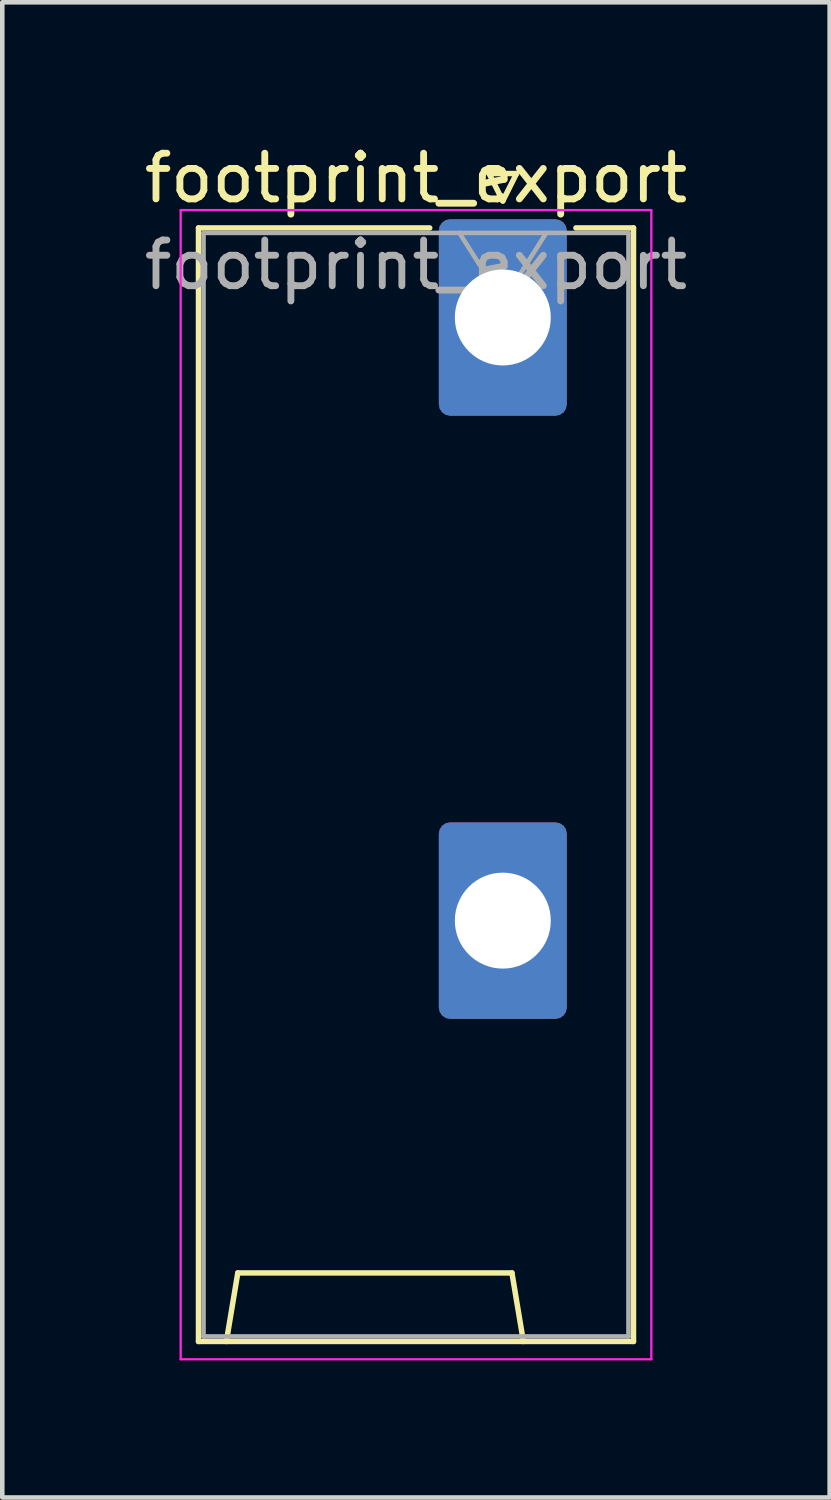
<source format=kicad_pcb>
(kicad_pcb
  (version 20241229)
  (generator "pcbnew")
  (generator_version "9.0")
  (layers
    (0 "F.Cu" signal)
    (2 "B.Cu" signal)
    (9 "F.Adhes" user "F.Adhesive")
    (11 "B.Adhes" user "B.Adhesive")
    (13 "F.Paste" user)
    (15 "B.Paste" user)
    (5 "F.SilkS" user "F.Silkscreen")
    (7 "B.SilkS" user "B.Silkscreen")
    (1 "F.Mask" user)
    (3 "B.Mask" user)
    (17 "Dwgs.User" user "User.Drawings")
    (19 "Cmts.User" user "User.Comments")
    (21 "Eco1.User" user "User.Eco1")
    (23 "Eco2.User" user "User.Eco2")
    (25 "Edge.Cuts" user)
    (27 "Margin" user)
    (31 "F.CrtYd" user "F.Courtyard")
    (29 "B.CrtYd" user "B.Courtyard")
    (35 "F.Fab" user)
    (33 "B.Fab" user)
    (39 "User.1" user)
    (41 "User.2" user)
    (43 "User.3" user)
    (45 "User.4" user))
  (footprint "footprint_export"
    (layer "F.Cu")
    (at 7.954 3.898)
    (property "Reference" "footprint_export" (at -1.9 -3.05 0) (layer "F.SilkS") (effects (font (size 1 1) (thickness 0.15))))
    (attr through_hole)
    (fp_line (start -6.66 -1.96) (end -1.6 -1.96) (stroke (width 0.12) (type solid)) (layer "F.SilkS"))
    (fp_line (start -6.66 22.41) (end -6.66 -1.96) (stroke (width 0.12) (type solid)) (layer "F.SilkS"))
    (fp_line (start -6.05 22.41) (end -5.8 20.91) (stroke (width 0.12) (type solid)) (layer "F.SilkS"))
    (fp_line (start -5.8 20.91) (end 0.2 20.91) (stroke (width 0.12) (type solid)) (layer "F.SilkS"))
    (fp_line (start -0.3 -3.15) (end 0 -2.55) (stroke (width 0.12) (type solid)) (layer "F.SilkS"))
    (fp_line (start -0.3 -3.15) (end 0.3 -3.15) (stroke (width 0.12) (type solid)) (layer "F.SilkS"))
    (fp_line (start 0.3 -3.15) (end 0 -2.55) (stroke (width 0.12) (type solid)) (layer "F.SilkS"))
    (fp_line (start 0.45 22.41) (end 0.2 20.91) (stroke (width 0.12) (type solid)) (layer "F.SilkS"))
    (fp_line (start 1.6 -1.96) (end 2.86 -1.96) (stroke (width 0.12) (type solid)) (layer "F.SilkS"))
    (fp_line (start 2.86 -1.96) (end 2.86 22.41) (stroke (width 0.12) (type solid)) (layer "F.SilkS"))
    (fp_line (start 2.86 22.41) (end -6.66 22.41) (stroke (width 0.12) (type solid)) (layer "F.SilkS"))
    (fp_line (start -7.05 -2.35) (end -7.05 22.8) (stroke (width 0.05) (type solid)) (layer "F.CrtYd"))
    (fp_line (start -7.05 22.8) (end 3.25 22.8) (stroke (width 0.05) (type solid)) (layer "F.CrtYd"))
    (fp_line (start 3.25 -2.35) (end -7.05 -2.35) (stroke (width 0.05) (type solid)) (layer "F.CrtYd"))
    (fp_line (start 3.25 22.8) (end 3.25 -2.35) (stroke (width 0.05) (type solid)) (layer "F.CrtYd"))
    (fp_line (start -6.55 -1.85) (end -6.55 22.3) (stroke (width 0.1) (type solid)) (layer "F.Fab"))
    (fp_line (start -6.55 22.3) (end 2.75 22.3) (stroke (width 0.1) (type solid)) (layer "F.Fab"))
    (fp_line (start -0.95 -1.85) (end 0 -0.35) (stroke (width 0.1) (type solid)) (layer "F.Fab"))
    (fp_line (start 0.95 -1.85) (end 0 -0.35) (stroke (width 0.1) (type solid)) (layer "F.Fab"))
    (fp_line (start 2.75 -1.85) (end -6.55 -1.85) (stroke (width 0.1) (type solid)) (layer "F.Fab"))
    (fp_line (start 2.75 22.3) (end 2.75 -1.85) (stroke (width 0.1) (type solid)) (layer "F.Fab"))
    (fp_text user "${REFERENCE}" (at -1.9 -1.15 0) (layer "F.Fab") (effects (font (size 1 1) (thickness 0.15))))
    (pad "1" thru_hole roundrect (at 0 0) (size 2.8 4.3) (drill 2.1) (layers "*.Cu" "*.Mask") (roundrect_rratio 0.089))
    (pad "1" thru_hole roundrect (at 0 13.2) (size 2.8 4.3) (drill 2.1) (layers "*.Cu" "*.Mask") (roundrect_rratio 0.089)))
  (gr_rect
    (start -3 -3)
    (end 15.107 29.723)
    (stroke (width 0.1) (type default))
    (fill no)
    (layer "Edge.Cuts")))
</source>
